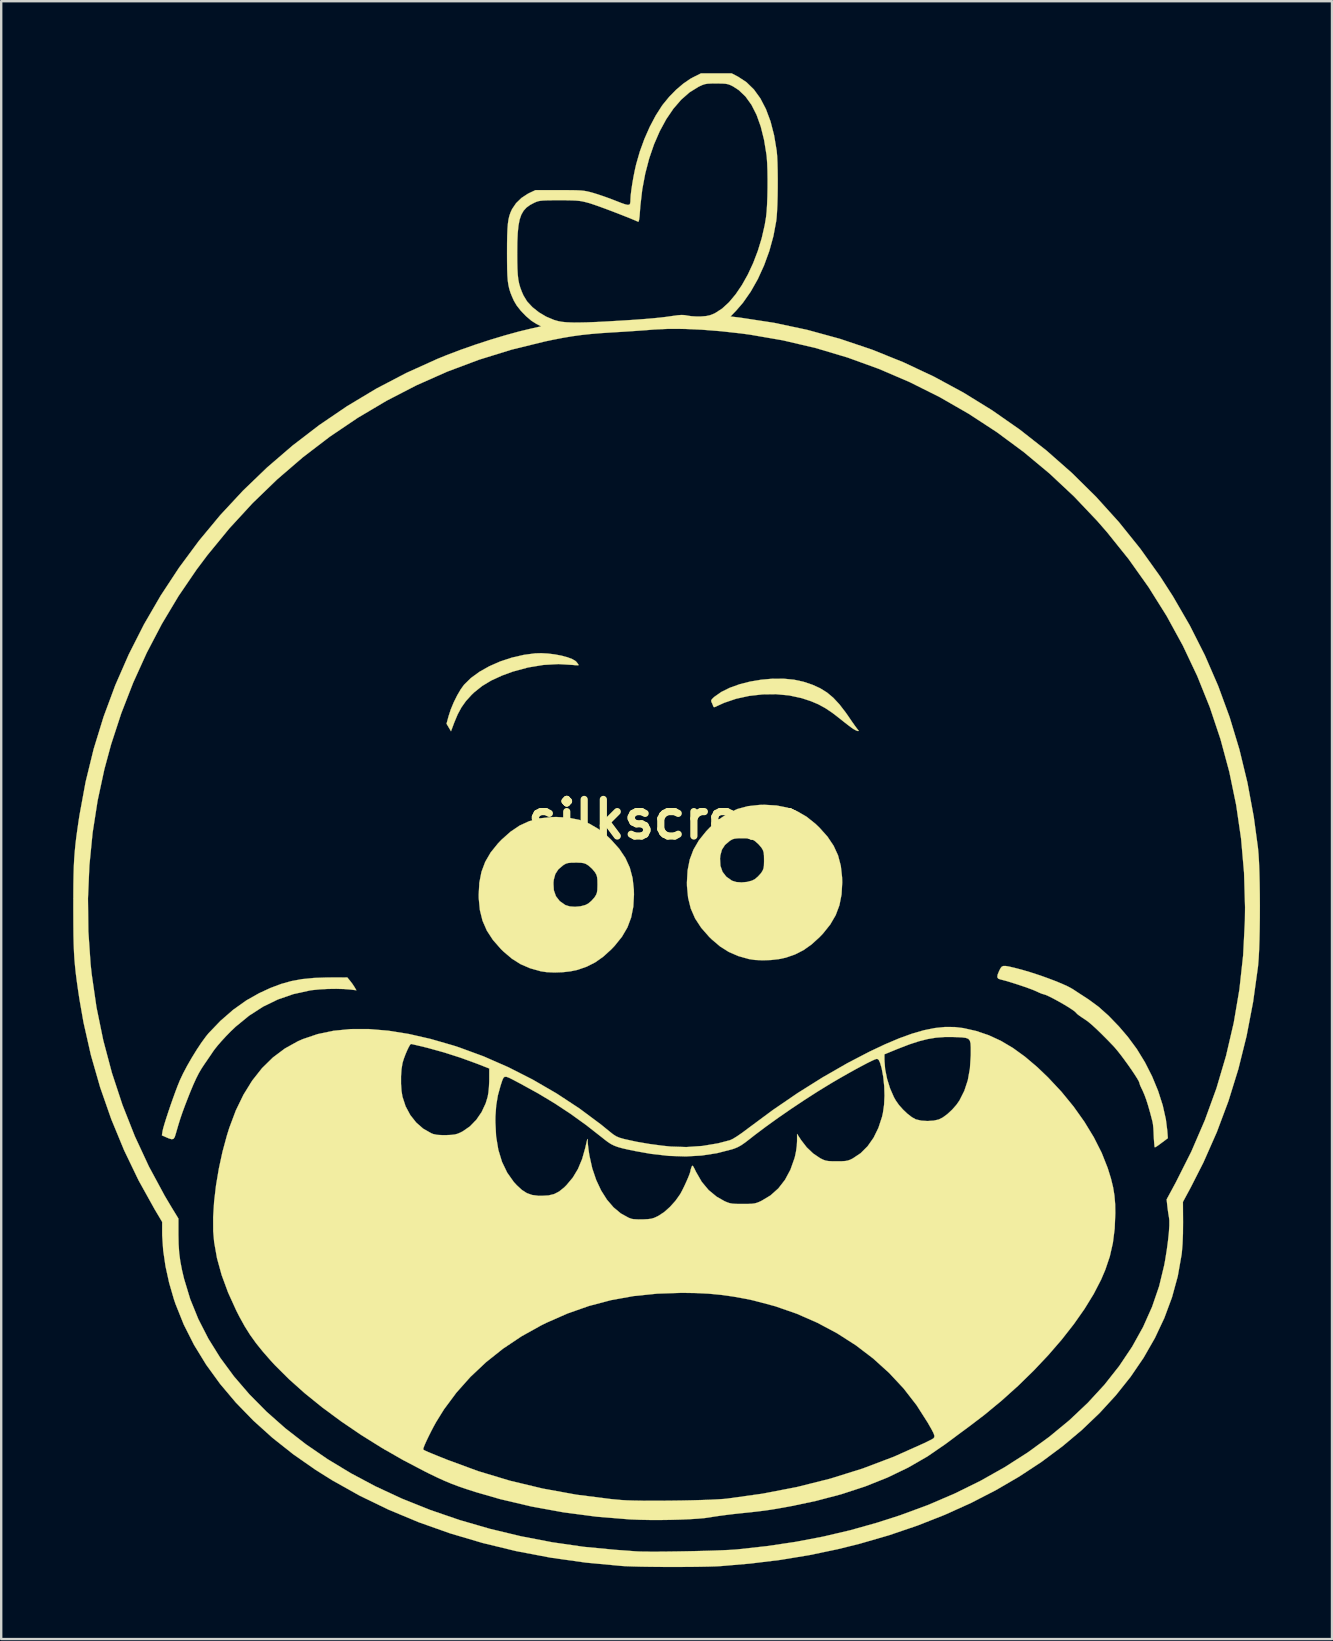
<source format=kicad_pcb>
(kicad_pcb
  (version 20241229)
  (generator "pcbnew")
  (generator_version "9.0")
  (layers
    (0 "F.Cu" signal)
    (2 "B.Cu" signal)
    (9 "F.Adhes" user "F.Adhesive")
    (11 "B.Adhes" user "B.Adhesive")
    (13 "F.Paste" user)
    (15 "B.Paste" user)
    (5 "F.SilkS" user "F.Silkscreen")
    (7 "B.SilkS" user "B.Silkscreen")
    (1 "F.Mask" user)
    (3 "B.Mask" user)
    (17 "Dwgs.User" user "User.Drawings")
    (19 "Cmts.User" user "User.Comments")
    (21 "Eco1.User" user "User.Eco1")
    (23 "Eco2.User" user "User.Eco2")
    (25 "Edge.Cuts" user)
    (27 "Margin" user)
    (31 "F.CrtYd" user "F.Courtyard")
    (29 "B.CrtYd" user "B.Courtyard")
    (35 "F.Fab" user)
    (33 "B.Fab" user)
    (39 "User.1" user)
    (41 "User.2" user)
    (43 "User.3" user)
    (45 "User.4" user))
  (footprint "silkscreen"
    (layer "F.Cu")
    (at 24.705 31.099)
    (property "Reference" "silkscreen" (at 0 0 0) (layer "F.SilkS") (effects (font (size 1.524 1.524) (thickness 0.3))))
    (attr through_hole)
    (fp_poly (pts (xy -4.913 -6.913) (xy -4.627 -6.877) (xy -4.353 -6.825) (xy -4.108 -6.759) (xy -3.907 -6.683) (xy -3.769 -6.601) (xy -3.736 -6.569) (xy -3.672 -6.487) (xy -3.641 -6.436) (xy -3.641 -6.432) (xy -3.679 -6.425) (xy -3.777 -6.428) (xy -3.884 -6.439) (xy -4.485 -6.475) (xy -5.112 -6.439) (xy -5.753 -6.333) (xy -6.394 -6.159) (xy -6.837 -5.996) (xy -7.283 -5.791) (xy -7.661 -5.563) (xy -7.988 -5.303) (xy -8.107 -5.189) (xy -8.339 -4.933) (xy -8.525 -4.671) (xy -8.683 -4.378) (xy -8.824 -4.041) (xy -8.961 -3.675) (xy -9.054 -3.832) (xy -9.147 -3.989) (xy -9.059 -4.312) (xy -8.968 -4.59) (xy -8.845 -4.885) (xy -8.702 -5.172) (xy -8.553 -5.426) (xy -8.417 -5.613) (xy -8.132 -5.894) (xy -7.776 -6.153) (xy -7.364 -6.385) (xy -6.909 -6.585) (xy -6.423 -6.745) (xy -5.92 -6.86) (xy -5.454 -6.922) (xy -5.194 -6.929) (xy -4.913 -6.913)) (stroke (width 0.01) (type solid)) (fill yes) (layer "F.SilkS"))
    (fp_poly (pts (xy 5.334 -5.824) (xy 5.727 -5.739) (xy 6.1 -5.614) (xy 6.422 -5.468) (xy 6.708 -5.291) (xy 6.972 -5.07) (xy 7.227 -4.796) (xy 7.487 -4.458) (xy 7.625 -4.26) (xy 7.751 -4.075) (xy 7.863 -3.916) (xy 7.952 -3.795) (xy 8.007 -3.726) (xy 8.018 -3.715) (xy 8.03 -3.689) (xy 7.995 -3.684) (xy 7.924 -3.707) (xy 7.814 -3.767) (xy 7.734 -3.821) (xy 7.608 -3.915) (xy 7.448 -4.039) (xy 7.284 -4.169) (xy 7.254 -4.194) (xy 6.93 -4.444) (xy 6.636 -4.641) (xy 6.346 -4.799) (xy 6.038 -4.929) (xy 5.686 -5.045) (xy 5.636 -5.06) (xy 5.13 -5.169) (xy 4.587 -5.219) (xy 4.025 -5.212) (xy 3.465 -5.149) (xy 2.924 -5.031) (xy 2.422 -4.861) (xy 2.156 -4.74) (xy 2.052 -4.69) (xy 1.998 -4.678) (xy 1.973 -4.705) (xy 1.965 -4.729) (xy 1.924 -4.831) (xy 1.896 -4.887) (xy 1.879 -4.946) (xy 1.906 -5.005) (xy 1.987 -5.086) (xy 2.016 -5.111) (xy 2.304 -5.313) (xy 2.658 -5.488) (xy 3.064 -5.634) (xy 3.505 -5.746) (xy 3.968 -5.824) (xy 4.437 -5.865) (xy 4.897 -5.866) (xy 5.334 -5.824)) (stroke (width 0.01) (type solid)) (fill yes) (layer "F.SilkS"))
    (fp_poly (pts (xy -13.171 6.718) (xy -13.075 6.843) (xy -12.989 6.973) (xy -12.981 6.985) (xy -12.903 7.119) (xy -13.145 7.089) (xy -13.417 7.067) (xy -13.742 7.058) (xy -14.09 7.063) (xy -14.431 7.081) (xy -14.734 7.111) (xy -14.84 7.126) (xy -15.529 7.278) (xy -16.179 7.503) (xy -16.794 7.802) (xy -17.377 8.179) (xy -17.933 8.634) (xy -18.141 8.832) (xy -18.333 9.028) (xy -18.521 9.232) (xy -18.689 9.426) (xy -18.82 9.591) (xy -18.866 9.655) (xy -18.984 9.83) (xy -19.106 10.008) (xy -19.208 10.157) (xy -19.227 10.184) (xy -19.351 10.371) (xy -19.466 10.566) (xy -19.578 10.786) (xy -19.696 11.045) (xy -19.828 11.361) (xy -19.909 11.564) (xy -20.041 11.905) (xy -20.148 12.194) (xy -20.239 12.459) (xy -20.322 12.726) (xy -20.408 13.021) (xy -20.428 13.092) (xy -20.473 13.234) (xy -20.525 13.31) (xy -20.6 13.326) (xy -20.719 13.291) (xy -20.823 13.247) (xy -21.008 13.165) (xy -20.98 12.985) (xy -20.953 12.868) (xy -20.901 12.687) (xy -20.829 12.457) (xy -20.743 12.194) (xy -20.648 11.913) (xy -20.548 11.629) (xy -20.45 11.358) (xy -20.358 11.114) (xy -20.277 10.914) (xy -20.262 10.877) (xy -20.126 10.588) (xy -19.956 10.266) (xy -19.764 9.932) (xy -19.562 9.604) (xy -19.362 9.302) (xy -19.175 9.046) (xy -19.066 8.912) (xy -18.569 8.393) (xy -18.04 7.933) (xy -17.488 7.54) (xy -16.954 7.239) (xy -16.488 7.024) (xy -16.049 6.858) (xy -15.615 6.736) (xy -15.165 6.653) (xy -14.679 6.605) (xy -14.136 6.586) (xy -14.06 6.586) (xy -13.283 6.583) (xy -13.171 6.718)) (stroke (width 0.01) (type solid)) (fill yes) (layer "F.SilkS"))
    (fp_poly (pts (xy -4.07 -0.074) (xy -3.619 0.015) (xy -3.206 0.17) (xy -2.817 0.396) (xy -2.44 0.699) (xy -2.286 0.847) (xy -1.95 1.222) (xy -1.693 1.605) (xy -1.51 2.006) (xy -1.394 2.441) (xy -1.341 2.921) (xy -1.336 3.133) (xy -1.363 3.633) (xy -1.453 4.084) (xy -1.608 4.498) (xy -1.836 4.888) (xy -2.141 5.267) (xy -2.286 5.419) (xy -2.619 5.721) (xy -2.951 5.955) (xy -3.304 6.134) (xy -3.683 6.266) (xy -3.974 6.328) (xy -4.307 6.366) (xy -4.651 6.378) (xy -4.975 6.363) (xy -5.224 6.326) (xy -5.67 6.2) (xy -6.062 6.03) (xy -6.421 5.804) (xy -6.769 5.509) (xy -6.879 5.402) (xy -7.213 5.022) (xy -7.467 4.632) (xy -7.647 4.219) (xy -7.758 3.772) (xy -7.805 3.279) (xy -7.807 3.133) (xy -7.78 2.651) (xy -4.692 2.651) (xy -4.675 2.949) (xy -4.588 3.198) (xy -4.43 3.402) (xy -4.201 3.563) (xy -4.184 3.571) (xy -4.009 3.624) (xy -3.792 3.639) (xy -3.566 3.619) (xy -3.361 3.565) (xy -3.245 3.506) (xy -3.113 3.396) (xy -2.992 3.262) (xy -2.97 3.232) (xy -2.914 3.141) (xy -2.88 3.052) (xy -2.863 2.939) (xy -2.858 2.776) (xy -2.857 2.709) (xy -2.86 2.525) (xy -2.873 2.399) (xy -2.901 2.305) (xy -2.949 2.218) (xy -2.97 2.187) (xy -3.081 2.055) (xy -3.215 1.934) (xy -3.245 1.912) (xy -3.336 1.855) (xy -3.425 1.822) (xy -3.538 1.805) (xy -3.701 1.799) (xy -3.768 1.799) (xy -3.952 1.802) (xy -4.078 1.815) (xy -4.172 1.842) (xy -4.259 1.891) (xy -4.29 1.912) (xy -4.487 2.08) (xy -4.613 2.274) (xy -4.678 2.513) (xy -4.692 2.651) (xy -7.78 2.651) (xy -7.779 2.631) (xy -7.69 2.18) (xy -7.535 1.767) (xy -7.309 1.378) (xy -7.005 1.001) (xy -6.858 0.847) (xy -6.482 0.511) (xy -6.099 0.253) (xy -5.698 0.07) (xy -5.264 -0.046) (xy -4.784 -0.098) (xy -4.572 -0.103) (xy -4.07 -0.074)) (stroke (width 0.01) (type solid)) (fill yes) (layer "F.SilkS"))
    (fp_poly (pts (xy 4.608 -0.582) (xy 5.059 -0.493) (xy 5.472 -0.338) (xy 5.861 -0.112) (xy 6.238 0.191) (xy 6.392 0.339) (xy 6.728 0.714) (xy 6.985 1.097) (xy 7.169 1.498) (xy 7.284 1.933) (xy 7.337 2.413) (xy 7.343 2.625) (xy 7.315 3.125) (xy 7.226 3.576) (xy 7.07 3.99) (xy 6.842 4.38) (xy 6.538 4.759) (xy 6.392 4.911) (xy 6.059 5.213) (xy 5.727 5.447) (xy 5.375 5.626) (xy 4.995 5.758) (xy 4.704 5.82) (xy 4.371 5.858) (xy 4.027 5.87) (xy 3.703 5.855) (xy 3.454 5.818) (xy 3.009 5.692) (xy 2.617 5.522) (xy 2.257 5.296) (xy 1.909 5.001) (xy 1.799 4.894) (xy 1.466 4.514) (xy 1.211 4.124) (xy 1.031 3.711) (xy 0.92 3.264) (xy 0.873 2.771) (xy 0.871 2.625) (xy 0.899 2.123) (xy 0.988 1.672) (xy 1.002 1.635) (xy 2.251 1.635) (xy 2.268 1.933) (xy 2.355 2.182) (xy 2.513 2.386) (xy 2.742 2.547) (xy 2.758 2.555) (xy 2.933 2.608) (xy 3.15 2.623) (xy 3.377 2.603) (xy 3.581 2.549) (xy 3.698 2.49) (xy 3.829 2.38) (xy 3.951 2.246) (xy 3.973 2.216) (xy 4.029 2.125) (xy 4.063 2.036) (xy 4.08 1.923) (xy 4.085 1.76) (xy 4.085 1.693) (xy 4.082 1.509) (xy 4.07 1.383) (xy 4.042 1.289) (xy 3.994 1.202) (xy 3.973 1.171) (xy 3.861 1.039) (xy 3.727 0.918) (xy 3.698 0.896) (xy 3.607 0.839) (xy 3.518 0.806) (xy 3.405 0.789) (xy 3.242 0.783) (xy 3.175 0.783) (xy 2.99 0.786) (xy 2.864 0.799) (xy 2.771 0.826) (xy 2.683 0.875) (xy 2.652 0.896) (xy 2.456 1.064) (xy 2.33 1.258) (xy 2.264 1.497) (xy 2.251 1.635) (xy 1.002 1.635) (xy 1.143 1.259) (xy 1.37 0.87) (xy 1.673 0.493) (xy 1.82 0.339) (xy 2.197 0.003) (xy 2.579 -0.255) (xy 2.981 -0.438) (xy 3.415 -0.554) (xy 3.894 -0.606) (xy 4.106 -0.611) (xy 4.608 -0.582)) (stroke (width 0.01) (type solid)) (fill yes) (layer "F.SilkS"))
    (fp_poly (pts (xy 14.156 6.106) (xy 14.304 6.132) (xy 14.517 6.182) (xy 14.52 6.182) (xy 14.833 6.264) (xy 15.172 6.364) (xy 15.523 6.478) (xy 15.87 6.6) (xy 16.2 6.724) (xy 16.496 6.845) (xy 16.744 6.958) (xy 16.929 7.058) (xy 16.969 7.083) (xy 17.063 7.145) (xy 17.209 7.241) (xy 17.389 7.358) (xy 17.583 7.484) (xy 17.611 7.502) (xy 18.018 7.801) (xy 18.442 8.178) (xy 18.877 8.63) (xy 19.245 9.06) (xy 19.62 9.567) (xy 19.959 10.121) (xy 20.256 10.706) (xy 20.505 11.308) (xy 20.698 11.91) (xy 20.83 12.498) (xy 20.888 12.959) (xy 20.913 13.282) (xy 20.69 13.449) (xy 20.538 13.562) (xy 20.441 13.629) (xy 20.387 13.659) (xy 20.363 13.657) (xy 20.359 13.644) (xy 20.342 13.468) (xy 20.331 13.312) (xy 20.322 13.133) (xy 20.319 13.041) (xy 20.309 12.866) (xy 20.293 12.707) (xy 20.274 12.598) (xy 20.274 12.597) (xy 20.177 12.227) (xy 20.091 11.926) (xy 20.013 11.679) (xy 19.936 11.471) (xy 19.856 11.287) (xy 19.806 11.185) (xy 19.756 11.075) (xy 19.729 10.991) (xy 19.727 10.978) (xy 19.703 10.913) (xy 19.635 10.793) (xy 19.533 10.633) (xy 19.406 10.443) (xy 19.262 10.237) (xy 19.111 10.028) (xy 18.962 9.828) (xy 18.822 9.65) (xy 18.702 9.507) (xy 18.656 9.456) (xy 18.395 9.185) (xy 18.148 8.937) (xy 17.926 8.722) (xy 17.736 8.549) (xy 17.589 8.426) (xy 17.53 8.383) (xy 17.347 8.261) (xy 17.224 8.176) (xy 17.147 8.117) (xy 17.104 8.075) (xy 17.092 8.059) (xy 17.031 8) (xy 16.909 7.913) (xy 16.745 7.808) (xy 16.552 7.692) (xy 16.348 7.576) (xy 16.147 7.467) (xy 15.967 7.376) (xy 15.823 7.312) (xy 15.731 7.282) (xy 15.721 7.281) (xy 15.663 7.264) (xy 15.554 7.219) (xy 15.427 7.16) (xy 15.292 7.102) (xy 15.096 7.029) (xy 14.862 6.947) (xy 14.612 6.864) (xy 14.365 6.786) (xy 14.146 6.721) (xy 13.974 6.676) (xy 13.938 6.668) (xy 13.844 6.633) (xy 13.805 6.571) (xy 13.818 6.468) (xy 13.883 6.31) (xy 13.894 6.288) (xy 13.943 6.194) (xy 13.992 6.134) (xy 14.058 6.106) (xy 14.156 6.106)) (stroke (width 0.01) (type solid)) (fill yes) (layer "F.SilkS"))
    (fp_poly (pts (xy 12.034 8.651) (xy 12.388 8.694) (xy 12.929 8.816) (xy 13.449 8.992) (xy 13.956 9.226) (xy 14.457 9.523) (xy 14.961 9.888) (xy 15.476 10.325) (xy 15.92 10.75) (xy 16.477 11.345) (xy 16.985 11.966) (xy 17.438 12.604) (xy 17.83 13.249) (xy 18.154 13.89) (xy 18.403 14.518) (xy 18.414 14.552) (xy 18.541 14.96) (xy 18.63 15.324) (xy 18.687 15.672) (xy 18.717 16.034) (xy 18.723 16.404) (xy 18.697 17.05) (xy 18.622 17.645) (xy 18.494 18.21) (xy 18.307 18.764) (xy 18.131 19.177) (xy 17.823 19.773) (xy 17.443 20.392) (xy 16.997 21.028) (xy 16.491 21.674) (xy 15.931 22.322) (xy 15.323 22.966) (xy 14.675 23.599) (xy 13.991 24.214) (xy 13.279 24.803) (xy 12.701 25.245) (xy 12.459 25.424) (xy 12.192 25.621) (xy 11.93 25.817) (xy 11.698 25.989) (xy 11.642 26.031) (xy 10.894 26.545) (xy 10.089 27.009) (xy 9.225 27.425) (xy 8.298 27.795) (xy 7.306 28.119) (xy 6.247 28.398) (xy 5.228 28.613) (xy 4.896 28.674) (xy 4.613 28.724) (xy 4.356 28.766) (xy 4.105 28.802) (xy 3.837 28.835) (xy 3.531 28.87) (xy 3.165 28.908) (xy 3.111 28.913) (xy 2.818 28.945) (xy 2.515 28.982) (xy 2.228 29.02) (xy 1.982 29.056) (xy 1.841 29.08) (xy 1.62 29.112) (xy 1.329 29.138) (xy 0.982 29.16) (xy 0.594 29.177) (xy 0.179 29.188) (xy -0.248 29.194) (xy -0.674 29.193) (xy -1.083 29.185) (xy -1.461 29.17) (xy -1.524 29.167) (xy -2.906 29.054) (xy -4.273 28.874) (xy -5.612 28.63) (xy -6.913 28.323) (xy -7.924 28.031) (xy -8.308 27.908) (xy -8.636 27.796) (xy -8.932 27.685) (xy -9.219 27.566) (xy -9.522 27.428) (xy -9.865 27.263) (xy -10.033 27.179) (xy -10.952 26.698) (xy -11.76 26.235) (xy -10.118 26.235) (xy -10.116 26.25) (xy -10.103 26.266) (xy -10.072 26.286) (xy -10.012 26.316) (xy -9.916 26.359) (xy -9.773 26.418) (xy -9.575 26.499) (xy -9.314 26.604) (xy -9.11 26.686) (xy -7.83 27.157) (xy -6.506 27.556) (xy -5.139 27.883) (xy -3.731 28.139) (xy -2.285 28.322) (xy -1.863 28.361) (xy -1.649 28.374) (xy -1.365 28.383) (xy -1.023 28.389) (xy -0.638 28.391) (xy -0.222 28.391) (xy 0.211 28.387) (xy 0.648 28.381) (xy 1.075 28.372) (xy 1.48 28.361) (xy 1.848 28.348) (xy 2.166 28.332) (xy 2.421 28.315) (xy 2.54 28.303) (xy 4.019 28.097) (xy 5.453 27.82) (xy 6.843 27.471) (xy 8.19 27.05) (xy 9.494 26.557) (xy 10.758 25.991) (xy 10.975 25.884) (xy 11.078 25.833) (xy 11.148 25.787) (xy 11.182 25.736) (xy 11.181 25.666) (xy 11.142 25.564) (xy 11.066 25.417) (xy 10.949 25.212) (xy 10.912 25.146) (xy 10.443 24.411) (xy 9.904 23.716) (xy 9.299 23.067) (xy 8.633 22.464) (xy 7.91 21.913) (xy 7.136 21.417) (xy 6.315 20.978) (xy 5.452 20.599) (xy 4.552 20.286) (xy 3.62 20.039) (xy 3.346 19.981) (xy 2.805 19.883) (xy 2.292 19.811) (xy 1.779 19.762) (xy 1.238 19.736) (xy 0.656 19.727) (xy -0.369 19.761) (xy -1.348 19.861) (xy -2.292 20.031) (xy -3.208 20.273) (xy -4.106 20.588) (xy -4.994 20.979) (xy -5.207 21.085) (xy -6.024 21.54) (xy -6.79 22.052) (xy -7.501 22.618) (xy -8.152 23.231) (xy -8.737 23.888) (xy -9.253 24.583) (xy -9.576 25.104) (xy -9.681 25.293) (xy -9.789 25.5) (xy -9.893 25.708) (xy -9.986 25.902) (xy -10.059 26.066) (xy -10.105 26.184) (xy -10.118 26.235) (xy -11.76 26.235) (xy -11.85 26.183) (xy -12.717 25.641) (xy -13.545 25.078) (xy -14.327 24.5) (xy -15.052 23.914) (xy -15.713 23.324) (xy -16.301 22.738) (xy -16.46 22.566) (xy -16.799 22.179) (xy -17.085 21.824) (xy -17.333 21.478) (xy -17.558 21.12) (xy -17.774 20.729) (xy -17.907 20.468) (xy -18.249 19.716) (xy -18.518 18.986) (xy -18.712 18.283) (xy -18.831 17.611) (xy -18.87 17.16) (xy -18.872 16.569) (xy -18.832 15.924) (xy -18.752 15.243) (xy -18.634 14.545) (xy -18.483 13.848) (xy -18.299 13.169) (xy -18.202 12.858) (xy -17.928 12.128) (xy -17.608 11.469) (xy -17.244 10.881) (xy -17.104 10.704) (xy -11.043 10.704) (xy -11.043 11.015) (xy -11.023 11.311) (xy -10.983 11.555) (xy -10.852 11.955) (xy -10.658 12.317) (xy -10.41 12.631) (xy -10.117 12.887) (xy -9.785 13.075) (xy -9.701 13.109) (xy -9.541 13.143) (xy -9.303 13.156) (xy -9.144 13.154) (xy -8.945 13.145) (xy -8.801 13.128) (xy -8.683 13.096) (xy -8.561 13.043) (xy -8.474 12.998) (xy -8.175 12.792) (xy -7.981 12.593) (xy -7.112 12.593) (xy -7.081 13.207) (xy -6.988 13.767) (xy -6.834 14.271) (xy -6.619 14.718) (xy -6.344 15.107) (xy -6.223 15.239) (xy -6.007 15.438) (xy -5.8 15.571) (xy -5.58 15.649) (xy -5.319 15.682) (xy -5.186 15.684) (xy -4.9 15.668) (xy -4.665 15.612) (xy -4.455 15.504) (xy -4.246 15.336) (xy -4.149 15.239) (xy -3.885 14.924) (xy -3.67 14.566) (xy -3.497 14.153) (xy -3.362 13.675) (xy -3.343 13.589) (xy -3.306 13.423) (xy -3.283 13.334) (xy -3.27 13.314) (xy -3.264 13.358) (xy -3.263 13.423) (xy -3.254 13.553) (xy -3.233 13.735) (xy -3.204 13.936) (xy -3.191 14.014) (xy -3.074 14.54) (xy -2.91 15.024) (xy -2.705 15.461) (xy -2.463 15.843) (xy -2.188 16.164) (xy -1.884 16.418) (xy -1.557 16.598) (xy -1.439 16.642) (xy -1.35 16.657) (xy -1.202 16.665) (xy -1.023 16.667) (xy -0.953 16.666) (xy -0.757 16.656) (xy -0.614 16.638) (xy -0.493 16.602) (xy -0.363 16.542) (xy -0.306 16.512) (xy -0.072 16.357) (xy 0.167 16.143) (xy 0.392 15.893) (xy 0.579 15.63) (xy 0.603 15.591) (xy 0.676 15.455) (xy 0.759 15.287) (xy 0.843 15.105) (xy 0.919 14.931) (xy 0.978 14.783) (xy 1.011 14.681) (xy 1.016 14.653) (xy 1.03 14.585) (xy 1.06 14.495) (xy 1.083 14.442) (xy 1.106 14.429) (xy 1.138 14.465) (xy 1.189 14.56) (xy 1.25 14.687) (xy 1.488 15.1) (xy 1.775 15.444) (xy 2.111 15.721) (xy 2.437 15.906) (xy 2.553 15.956) (xy 2.655 15.99) (xy 2.766 16.01) (xy 2.91 16.02) (xy 3.108 16.023) (xy 3.196 16.023) (xy 3.416 16.022) (xy 3.574 16.015) (xy 3.693 16) (xy 3.796 15.972) (xy 3.905 15.927) (xy 3.979 15.892) (xy 4.355 15.666) (xy 4.682 15.373) (xy 4.96 15.014) (xy 5.185 14.594) (xy 5.354 14.116) (xy 5.376 14.034) (xy 5.419 13.825) (xy 5.45 13.596) (xy 5.461 13.403) (xy 5.461 13.103) (xy 5.629 13.36) (xy 5.862 13.662) (xy 6.134 13.921) (xy 6.423 14.116) (xy 6.44 14.125) (xy 6.551 14.18) (xy 6.65 14.215) (xy 6.762 14.235) (xy 6.91 14.243) (xy 7.112 14.245) (xy 7.319 14.243) (xy 7.466 14.234) (xy 7.577 14.214) (xy 7.676 14.179) (xy 7.784 14.125) (xy 8.112 13.906) (xy 8.402 13.616) (xy 8.65 13.262) (xy 8.851 12.852) (xy 9.002 12.392) (xy 9.038 12.233) (xy 9.087 11.894) (xy 9.105 11.512) (xy 9.093 11.113) (xy 9.052 10.722) (xy 8.986 10.367) (xy 8.919 10.139) (xy 8.868 10.027) (xy 8.813 9.982) (xy 8.769 9.979) (xy 8.694 10.005) (xy 8.557 10.067) (xy 8.367 10.162) (xy 8.136 10.284) (xy 7.873 10.426) (xy 7.589 10.584) (xy 7.294 10.752) (xy 6.998 10.924) (xy 6.838 11.019) (xy 6.315 11.34) (xy 5.768 11.691) (xy 5.216 12.059) (xy 4.676 12.432) (xy 4.167 12.798) (xy 3.706 13.144) (xy 3.495 13.31) (xy 3.295 13.464) (xy 3.136 13.574) (xy 2.996 13.652) (xy 2.853 13.712) (xy 2.753 13.745) (xy 2.128 13.906) (xy 1.487 14.005) (xy 0.82 14.043) (xy 0.12 14.02) (xy -0.624 13.936) (xy -1.281 13.819) (xy -1.586 13.756) (xy -1.825 13.701) (xy -2.012 13.648) (xy -2.165 13.591) (xy -2.299 13.523) (xy -2.43 13.437) (xy -2.576 13.326) (xy -2.667 13.253) (xy -3.33 12.734) (xy -3.98 12.266) (xy -4.639 11.831) (xy -5.331 11.415) (xy -6.082 11.002) (xy -6.152 10.965) (xy -6.377 10.846) (xy -6.539 10.765) (xy -6.65 10.723) (xy -6.725 10.724) (xy -6.777 10.77) (xy -6.82 10.863) (xy -6.867 11.006) (xy -6.895 11.092) (xy -7.007 11.498) (xy -7.077 11.917) (xy -7.109 12.375) (xy -7.112 12.593) (xy -7.981 12.593) (xy -7.908 12.519) (xy -7.684 12.192) (xy -7.514 11.828) (xy -7.432 11.555) (xy -7.402 11.383) (xy -7.38 11.161) (xy -7.368 10.924) (xy -7.367 10.83) (xy -7.366 10.378) (xy -7.906 10.167) (xy -8.56 9.929) (xy -9.247 9.709) (xy -9.922 9.522) (xy -10.074 9.484) (xy -10.275 9.436) (xy -10.445 9.396) (xy -10.568 9.368) (xy -10.627 9.356) (xy -10.629 9.356) (xy -10.667 9.393) (xy -10.724 9.491) (xy -10.791 9.631) (xy -10.86 9.794) (xy -10.923 9.962) (xy -10.971 10.115) (xy -10.983 10.162) (xy -11.023 10.408) (xy -11.043 10.704) (xy -17.104 10.704) (xy -16.836 10.364) (xy -16.382 9.919) (xy -15.885 9.546) (xy -15.344 9.245) (xy -15.134 9.153) (xy -14.519 8.945) (xy -13.855 8.806) (xy -13.143 8.736) (xy -12.382 8.735) (xy -11.573 8.803) (xy -10.716 8.94) (xy -9.81 9.147) (xy -8.857 9.422) (xy -8.624 9.498) (xy -7.599 9.874) (xy -6.571 10.325) (xy -5.554 10.842) (xy -4.561 11.418) (xy -3.609 12.044) (xy -2.71 12.713) (xy -2.36 12.998) (xy -2.207 13.12) (xy -2.079 13.202) (xy -1.945 13.26) (xy -1.769 13.311) (xy -1.704 13.327) (xy -1.223 13.432) (xy -0.692 13.523) (xy -0.146 13.596) (xy 0.196 13.631) (xy 0.846 13.652) (xy 1.514 13.606) (xy 2.171 13.496) (xy 2.667 13.366) (xy 2.785 13.311) (xy 2.958 13.205) (xy 3.177 13.054) (xy 3.433 12.863) (xy 3.446 12.853) (xy 4.453 12.107) (xy 5.484 11.402) (xy 6.526 10.748) (xy 7.563 10.153) (xy 8.264 9.788) (xy 9.102 9.788) (xy 9.102 10.034) (xy 9.131 10.408) (xy 9.212 10.809) (xy 9.337 11.208) (xy 9.496 11.572) (xy 9.573 11.709) (xy 9.706 11.898) (xy 9.875 12.088) (xy 10.06 12.264) (xy 10.243 12.405) (xy 10.403 12.495) (xy 10.421 12.501) (xy 10.64 12.551) (xy 10.898 12.567) (xy 11.155 12.55) (xy 11.363 12.504) (xy 11.536 12.417) (xy 11.729 12.274) (xy 11.924 12.093) (xy 12.102 11.891) (xy 12.229 11.709) (xy 12.431 11.307) (xy 12.576 10.867) (xy 12.664 10.379) (xy 12.699 9.834) (xy 12.7 9.734) (xy 12.7 9.501) (xy 12.691 9.332) (xy 12.661 9.217) (xy 12.6 9.143) (xy 12.494 9.102) (xy 12.333 9.082) (xy 12.105 9.071) (xy 11.973 9.067) (xy 11.603 9.067) (xy 11.252 9.093) (xy 10.904 9.151) (xy 10.539 9.243) (xy 10.141 9.373) (xy 9.692 9.546) (xy 9.622 9.574) (xy 9.102 9.788) (xy 8.264 9.788) (xy 8.488 9.672) (xy 9.13 9.369) (xy 9.716 9.121) (xy 10.252 8.927) (xy 10.746 8.784) (xy 11.203 8.692) (xy 11.63 8.648) (xy 12.034 8.651)) (stroke (width 0.01) (type solid)) (fill yes) (layer "F.SilkS"))
    (fp_poly (pts (xy 3.006 -30.951) (xy 3.352 -30.723) (xy 3.662 -30.421) (xy 3.933 -30.046) (xy 4.164 -29.601) (xy 4.355 -29.089) (xy 4.504 -28.51) (xy 4.611 -27.869) (xy 4.612 -27.856) (xy 4.631 -27.648) (xy 4.644 -27.374) (xy 4.652 -27.051) (xy 4.656 -26.697) (xy 4.655 -26.329) (xy 4.65 -25.964) (xy 4.64 -25.62) (xy 4.625 -25.314) (xy 4.607 -25.064) (xy 4.592 -24.936) (xy 4.475 -24.31) (xy 4.304 -23.689) (xy 4.085 -23.088) (xy 3.825 -22.518) (xy 3.529 -21.995) (xy 3.203 -21.529) (xy 2.932 -21.215) (xy 2.688 -20.961) (xy 3.09 -20.912) (xy 4.499 -20.697) (xy 5.887 -20.402) (xy 7.251 -20.028) (xy 8.587 -19.578) (xy 9.892 -19.052) (xy 11.164 -18.454) (xy 12.4 -17.785) (xy 13.595 -17.047) (xy 14.748 -16.242) (xy 15.855 -15.373) (xy 16.914 -14.44) (xy 17.92 -13.446) (xy 18.871 -12.394) (xy 19.764 -11.284) (xy 20.596 -10.12) (xy 21.123 -9.301) (xy 21.828 -8.083) (xy 22.456 -6.84) (xy 23.009 -5.566) (xy 23.488 -4.26) (xy 23.894 -2.917) (xy 24.229 -1.534) (xy 24.493 -0.107) (xy 24.668 1.185) (xy 24.692 1.457) (xy 24.712 1.799) (xy 24.727 2.199) (xy 24.738 2.641) (xy 24.745 3.113) (xy 24.748 3.601) (xy 24.746 4.09) (xy 24.74 4.567) (xy 24.73 5.018) (xy 24.716 5.429) (xy 24.697 5.787) (xy 24.674 6.078) (xy 24.668 6.138) (xy 24.465 7.605) (xy 24.193 9.024) (xy 23.851 10.4) (xy 23.438 11.734) (xy 22.953 13.03) (xy 22.396 14.291) (xy 21.868 15.33) (xy 21.541 15.937) (xy 21.546 16.784) (xy 21.542 17.26) (xy 21.525 17.684) (xy 21.496 18.044) (xy 21.484 18.14) (xy 21.326 19.034) (xy 21.086 19.912) (xy 20.767 20.772) (xy 20.372 21.612) (xy 19.903 22.43) (xy 19.361 23.225) (xy 18.749 23.993) (xy 18.07 24.734) (xy 17.326 25.445) (xy 16.518 26.124) (xy 15.65 26.77) (xy 14.723 27.38) (xy 13.74 27.953) (xy 12.703 28.486) (xy 11.614 28.978) (xy 10.476 29.426) (xy 9.291 29.829) (xy 8.061 30.185) (xy 7.154 30.41) (xy 5.976 30.656) (xy 4.77 30.855) (xy 3.519 31.008) (xy 2.286 31.114) (xy 2.062 31.126) (xy 1.768 31.135) (xy 1.418 31.142) (xy 1.026 31.147) (xy 0.607 31.149) (xy 0.175 31.15) (xy -0.255 31.148) (xy -0.67 31.144) (xy -1.054 31.138) (xy -1.394 31.129) (xy -1.675 31.119) (xy -1.841 31.109) (xy -3.343 30.969) (xy -4.812 30.762) (xy -6.247 30.489) (xy -7.642 30.151) (xy -8.995 29.751) (xy -10.303 29.288) (xy -11.56 28.764) (xy -12.764 28.181) (xy -13.912 27.538) (xy -14.599 27.107) (xy -15.531 26.457) (xy -16.398 25.771) (xy -17.197 25.051) (xy -17.925 24.302) (xy -18.581 23.524) (xy -19.163 22.722) (xy -19.669 21.896) (xy -20.096 21.051) (xy -20.442 20.188) (xy -20.508 19.993) (xy -20.707 19.307) (xy -20.857 18.624) (xy -20.954 17.961) (xy -20.996 17.337) (xy -20.997 17.21) (xy -20.997 16.772) (xy -21.308 16.249) (xy -21.979 15.042) (xy -22.583 13.786) (xy -23.118 12.491) (xy -23.58 11.166) (xy -23.967 9.818) (xy -24.275 8.457) (xy -24.444 7.493) (xy -24.504 7.094) (xy -24.554 6.741) (xy -24.595 6.421) (xy -24.627 6.12) (xy -24.653 5.824) (xy -24.671 5.52) (xy -24.684 5.193) (xy -24.693 4.83) (xy -24.697 4.417) (xy -24.699 3.941) (xy -24.7 3.662) (xy -24.699 3.291) (xy -24.089 3.291) (xy -24.073 4.663) (xy -23.98 6.023) (xy -23.936 6.435) (xy -23.734 7.829) (xy -23.451 9.208) (xy -23.09 10.566) (xy -22.651 11.898) (xy -22.137 13.199) (xy -21.549 14.464) (xy -20.889 15.687) (xy -20.609 16.158) (xy -20.32 16.631) (xy -20.32 17.301) (xy -20.312 17.703) (xy -20.288 18.063) (xy -20.242 18.411) (xy -20.171 18.779) (xy -20.086 19.138) (xy -19.829 19.987) (xy -19.49 20.821) (xy -19.072 21.637) (xy -18.577 22.433) (xy -18.007 23.207) (xy -17.363 23.956) (xy -16.649 24.678) (xy -15.867 25.37) (xy -15.017 26.031) (xy -14.104 26.658) (xy -13.128 27.248) (xy -12.115 27.788) (xy -11.002 28.305) (xy -9.828 28.775) (xy -8.604 29.195) (xy -7.341 29.561) (xy -6.049 29.871) (xy -4.74 30.122) (xy -3.424 30.312) (xy -2.117 30.436) (xy -1.875 30.453) (xy -1.65 30.469) (xy -1.46 30.484) (xy -1.327 30.494) (xy -1.291 30.497) (xy -1.148 30.505) (xy -0.933 30.51) (xy -0.656 30.512) (xy -0.331 30.512) (xy 0.032 30.509) (xy 0.42 30.504) (xy 0.821 30.497) (xy 1.224 30.489) (xy 1.616 30.479) (xy 1.987 30.468) (xy 2.323 30.455) (xy 2.614 30.442) (xy 2.847 30.428) (xy 2.963 30.419) (xy 4.213 30.281) (xy 5.403 30.104) (xy 6.551 29.885) (xy 7.675 29.621) (xy 8.793 29.307) (xy 9.753 28.998) (xy 10.912 28.571) (xy 12.028 28.092) (xy 13.096 27.566) (xy 14.112 26.994) (xy 15.072 26.38) (xy 15.972 25.726) (xy 16.808 25.036) (xy 17.576 24.311) (xy 18.272 23.555) (xy 18.887 22.775) (xy 19.426 21.97) (xy 19.882 21.148) (xy 20.256 20.309) (xy 20.55 19.451) (xy 20.762 18.572) (xy 20.802 18.352) (xy 20.869 17.934) (xy 20.92 17.55) (xy 20.956 17.211) (xy 20.974 16.927) (xy 20.974 16.708) (xy 20.961 16.589) (xy 20.931 16.413) (xy 20.903 16.21) (xy 20.89 16.098) (xy 20.862 15.834) (xy 21.245 15.124) (xy 21.891 13.84) (xy 22.455 12.532) (xy 22.938 11.202) (xy 23.338 9.85) (xy 23.658 8.476) (xy 23.895 7.081) (xy 24.05 5.665) (xy 24.123 4.228) (xy 24.13 3.662) (xy 24.088 2.22) (xy 23.964 0.797) (xy 23.759 -0.606) (xy 23.473 -1.987) (xy 23.107 -3.343) (xy 22.662 -4.673) (xy 22.139 -5.974) (xy 21.539 -7.243) (xy 20.862 -8.48) (xy 20.109 -9.681) (xy 19.282 -10.845) (xy 18.38 -11.969) (xy 17.972 -12.437) (xy 17.004 -13.458) (xy 15.98 -14.417) (xy 14.904 -15.313) (xy 13.78 -16.144) (xy 12.611 -16.907) (xy 11.402 -17.602) (xy 10.155 -18.225) (xy 8.875 -18.775) (xy 7.565 -19.25) (xy 6.229 -19.648) (xy 4.872 -19.966) (xy 3.496 -20.204) (xy 3.115 -20.255) (xy 2.286 -20.347) (xy 1.502 -20.409) (xy 0.772 -20.442) (xy 0.102 -20.445) (xy -0.498 -20.417) (xy -0.635 -20.406) (xy -0.802 -20.392) (xy -1.036 -20.375) (xy -1.32 -20.355) (xy -1.636 -20.334) (xy -1.966 -20.313) (xy -2.211 -20.299) (xy -2.702 -20.267) (xy -3.132 -20.231) (xy -3.524 -20.189) (xy -3.902 -20.137) (xy -4.289 -20.072) (xy -4.708 -19.991) (xy -5.059 -19.917) (xy -6.442 -19.577) (xy -7.795 -19.158) (xy -9.115 -18.663) (xy -10.4 -18.093) (xy -11.646 -17.449) (xy -12.852 -16.734) (xy -14.016 -15.948) (xy -15.134 -15.093) (xy -16.205 -14.171) (xy -17.227 -13.184) (xy -18.195 -12.132) (xy -19.109 -11.018) (xy -19.569 -10.405) (xy -20.317 -9.307) (xy -21.008 -8.152) (xy -21.639 -6.947) (xy -22.204 -5.702) (xy -22.701 -4.425) (xy -23.126 -3.125) (xy -23.405 -2.095) (xy -23.687 -0.786) (xy -23.896 0.555) (xy -24.03 1.918) (xy -24.089 3.291) (xy -24.699 3.291) (xy -24.699 3.147) (xy -24.696 2.702) (xy -24.689 2.315) (xy -24.679 1.971) (xy -24.663 1.657) (xy -24.641 1.358) (xy -24.613 1.062) (xy -24.577 0.753) (xy -24.531 0.419) (xy -24.477 0.046) (xy -24.444 -0.169) (xy -24.187 -1.567) (xy -23.851 -2.939) (xy -23.437 -4.284) (xy -22.949 -5.599) (xy -22.388 -6.88) (xy -21.757 -8.125) (xy -21.057 -9.331) (xy -20.292 -10.494) (xy -19.464 -11.613) (xy -18.574 -12.685) (xy -17.626 -13.705) (xy -16.62 -14.672) (xy -15.561 -15.583) (xy -14.45 -16.435) (xy -13.289 -17.224) (xy -12.081 -17.949) (xy -10.827 -18.605) (xy -9.531 -19.191) (xy -9.144 -19.349) (xy -8.568 -19.568) (xy -7.956 -19.783) (xy -7.33 -19.987) (xy -6.715 -20.172) (xy -6.131 -20.333) (xy -5.639 -20.452) (xy -5.203 -20.55) (xy -5.397 -20.648) (xy -5.611 -20.784) (xy -5.834 -20.974) (xy -6.046 -21.193) (xy -6.225 -21.421) (xy -6.342 -21.621) (xy -6.421 -21.799) (xy -6.485 -21.959) (xy -6.533 -22.114) (xy -6.569 -22.276) (xy -6.595 -22.458) (xy -6.611 -22.675) (xy -6.62 -22.938) (xy -6.624 -23.262) (xy -6.625 -23.601) (xy -6.625 -23.61) (xy -6.201 -23.61) (xy -6.201 -23.601) (xy -6.199 -23.235) (xy -6.192 -22.94) (xy -6.178 -22.699) (xy -6.155 -22.498) (xy -6.12 -22.322) (xy -6.071 -22.156) (xy -6.006 -21.985) (xy -5.94 -21.835) (xy -5.79 -21.589) (xy -5.571 -21.352) (xy -5.3 -21.136) (xy -4.993 -20.953) (xy -4.666 -20.816) (xy -4.496 -20.767) (xy -4.347 -20.739) (xy -4.162 -20.72) (xy -3.931 -20.71) (xy -3.648 -20.708) (xy -3.306 -20.715) (xy -2.896 -20.731) (xy -2.412 -20.756) (xy -2.265 -20.765) (xy -1.734 -20.796) (xy -1.278 -20.826) (xy -0.887 -20.855) (xy -0.549 -20.884) (xy -0.255 -20.913) (xy 0.005 -20.944) (xy 0.242 -20.978) (xy 0.265 -20.981) (xy 0.483 -21.011) (xy 0.645 -21.023) (xy 0.778 -21.017) (xy 0.902 -20.995) (xy 1.059 -20.972) (xy 1.258 -20.96) (xy 1.457 -20.96) (xy 1.463 -20.961) (xy 1.671 -20.978) (xy 1.835 -21.013) (xy 1.994 -21.076) (xy 2.049 -21.103) (xy 2.339 -21.291) (xy 2.625 -21.554) (xy 2.902 -21.885) (xy 3.165 -22.273) (xy 3.41 -22.71) (xy 3.632 -23.187) (xy 3.826 -23.695) (xy 3.988 -24.225) (xy 4.113 -24.769) (xy 4.169 -25.105) (xy 4.193 -25.331) (xy 4.211 -25.621) (xy 4.224 -25.956) (xy 4.231 -26.316) (xy 4.232 -26.68) (xy 4.227 -27.028) (xy 4.216 -27.342) (xy 4.198 -27.6) (xy 4.189 -27.687) (xy 4.087 -28.315) (xy 3.948 -28.874) (xy 3.773 -29.363) (xy 3.561 -29.781) (xy 3.313 -30.125) (xy 3.031 -30.394) (xy 2.789 -30.551) (xy 2.681 -30.604) (xy 2.584 -30.639) (xy 2.476 -30.659) (xy 2.334 -30.668) (xy 2.134 -30.67) (xy 2.095 -30.671) (xy 1.887 -30.669) (xy 1.737 -30.662) (xy 1.623 -30.643) (xy 1.519 -30.609) (xy 1.401 -30.555) (xy 1.344 -30.527) (xy 0.977 -30.298) (xy 0.63 -29.993) (xy 0.306 -29.618) (xy 0.008 -29.179) (xy -0.261 -28.683) (xy -0.499 -28.136) (xy -0.702 -27.545) (xy -0.866 -26.917) (xy -0.99 -26.257) (xy -1.07 -25.573) (xy -1.085 -25.364) (xy -1.103 -25.131) (xy -1.124 -24.98) (xy -1.147 -24.912) (xy -1.16 -24.908) (xy -1.383 -25.003) (xy -1.648 -25.111) (xy -1.937 -25.225) (xy -2.234 -25.34) (xy -2.524 -25.449) (xy -2.789 -25.546) (xy -3.013 -25.624) (xy -3.179 -25.679) (xy -3.213 -25.689) (xy -3.361 -25.728) (xy -3.491 -25.758) (xy -3.619 -25.778) (xy -3.763 -25.791) (xy -3.941 -25.798) (xy -4.169 -25.802) (xy -4.445 -25.802) (xy -4.733 -25.802) (xy -4.95 -25.799) (xy -5.111 -25.793) (xy -5.23 -25.782) (xy -5.321 -25.765) (xy -5.398 -25.741) (xy -5.476 -25.707) (xy -5.482 -25.705) (xy -5.665 -25.608) (xy -5.816 -25.499) (xy -5.936 -25.366) (xy -6.03 -25.203) (xy -6.1 -25) (xy -6.149 -24.747) (xy -6.18 -24.438) (xy -6.197 -24.061) (xy -6.201 -23.61) (xy -6.625 -23.61) (xy -6.624 -24.005) (xy -6.618 -24.335) (xy -6.607 -24.604) (xy -6.59 -24.822) (xy -6.565 -25) (xy -6.53 -25.15) (xy -6.485 -25.283) (xy -6.428 -25.41) (xy -6.412 -25.442) (xy -6.249 -25.682) (xy -6.024 -25.9) (xy -5.759 -26.074) (xy -5.694 -26.107) (xy -5.44 -26.226) (xy -4.445 -26.226) (xy -4.125 -26.225) (xy -3.876 -26.223) (xy -3.682 -26.218) (xy -3.528 -26.209) (xy -3.402 -26.195) (xy -3.287 -26.174) (xy -3.169 -26.146) (xy -3.047 -26.113) (xy -2.846 -26.051) (xy -2.599 -25.968) (xy -2.337 -25.874) (xy -2.099 -25.782) (xy -1.867 -25.691) (xy -1.702 -25.634) (xy -1.593 -25.61) (xy -1.528 -25.622) (xy -1.495 -25.67) (xy -1.484 -25.755) (xy -1.482 -25.834) (xy -1.472 -26.002) (xy -1.445 -26.23) (xy -1.405 -26.498) (xy -1.355 -26.785) (xy -1.298 -27.068) (xy -1.244 -27.305) (xy -1.093 -27.83) (xy -0.902 -28.356) (xy -0.679 -28.862) (xy -0.434 -29.327) (xy -0.175 -29.733) (xy -0.129 -29.796) (xy 0.132 -30.114) (xy 0.421 -30.409) (xy 0.719 -30.663) (xy 1.009 -30.863) (xy 1.129 -30.928) (xy 1.46 -31.094) (xy 2.731 -31.094) (xy 3.006 -30.951)) (stroke (width 0.01) (type solid)) (fill yes) (layer "F.SilkS")))
  (gr_rect
    (start -3 -3)
    (end 52.458 65.254)
    (stroke (width 0.1) (type default))
    (fill no)
    (layer "Edge.Cuts")))
</source>
